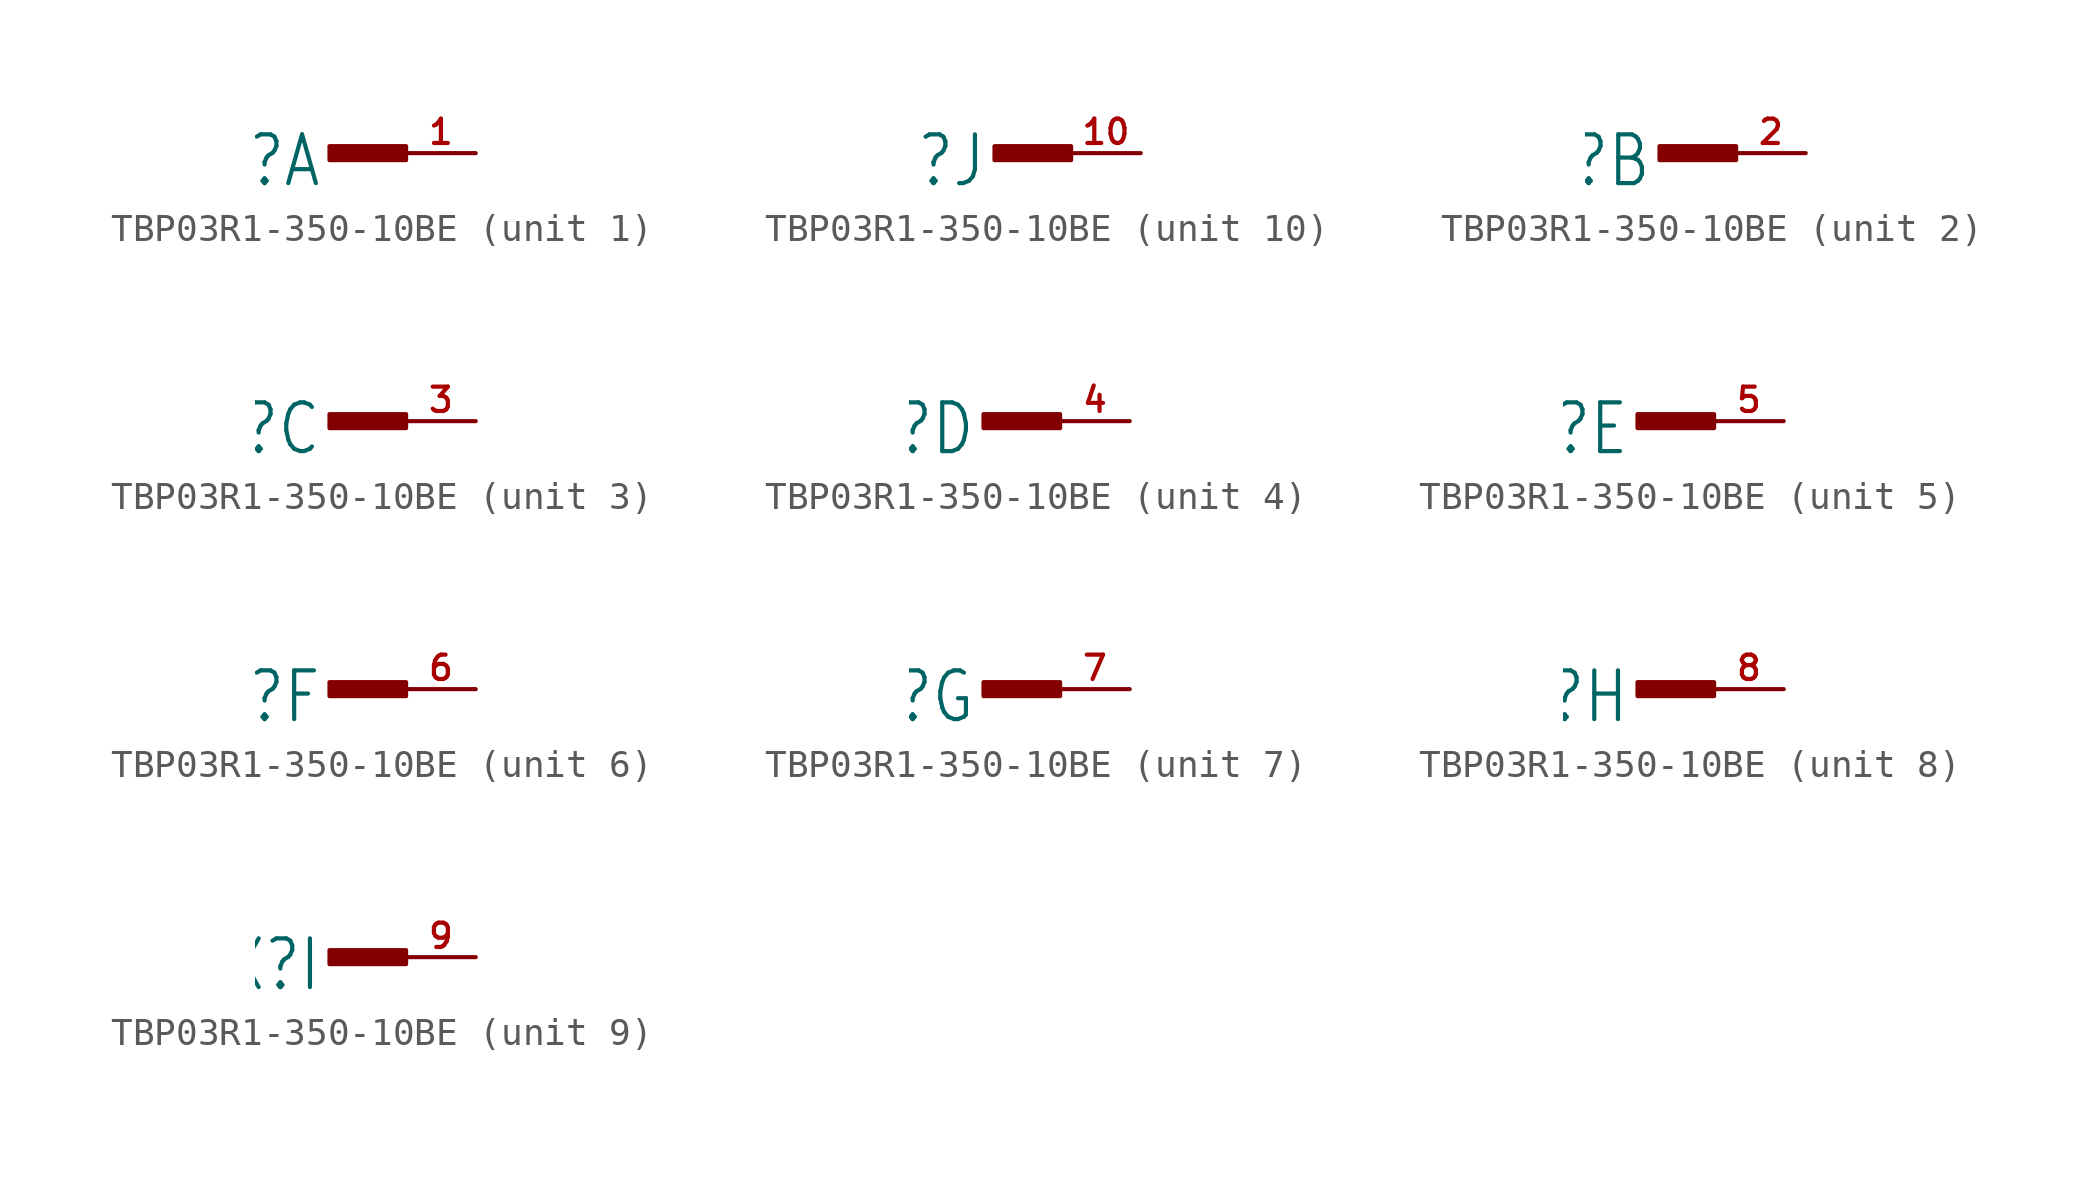
<source format=kicad_sym>
(kicad_symbol_lib
  (version 20220914)
  (generator kicad_symbol_editor)
  (symbol "TBP03R1-350-10BE"
    (property "Reference" "X"
      (at -5.588 0.762 0)
      (effects (font (size 1.778 1.511)) (justify right top)))
    (property "ki_locked" ""
      (at 0 0 0)
      (effects (font (size 1.27 1.27))))
    (symbol "TBP03R1-350-10BE_1_0"
      (rectangle (start -5.334 0.254) (end -2.54 -0.254) (stroke (width 0) (type default)) (fill (type outline)))
      (pin passive line (at 0 0 180) (length 2.54) (name "1" (effects (font (size 0 0)))) (number "1" (effects (font (size 0.889 0.889))))))
    (symbol "TBP03R1-350-10BE_2_0"
      (rectangle (start -5.334 0.254) (end -2.54 -0.254) (stroke (width 0) (type default)) (fill (type outline)))
      (pin passive line (at 0 0 180) (length 2.54) (name "1" (effects (font (size 0 0)))) (number "2" (effects (font (size 0.889 0.889))))))
    (symbol "TBP03R1-350-10BE_3_0"
      (rectangle (start -5.334 0.254) (end -2.54 -0.254) (stroke (width 0) (type default)) (fill (type outline)))
      (pin passive line (at 0 0 180) (length 2.54) (name "1" (effects (font (size 0 0)))) (number "3" (effects (font (size 0.889 0.889))))))
    (symbol "TBP03R1-350-10BE_4_0"
      (rectangle (start -5.334 0.254) (end -2.54 -0.254) (stroke (width 0) (type default)) (fill (type outline)))
      (pin passive line (at 0 0 180) (length 2.54) (name "1" (effects (font (size 0 0)))) (number "4" (effects (font (size 0.889 0.889))))))
    (symbol "TBP03R1-350-10BE_5_0"
      (rectangle (start -5.334 0.254) (end -2.54 -0.254) (stroke (width 0) (type default)) (fill (type outline)))
      (pin passive line (at 0 0 180) (length 2.54) (name "1" (effects (font (size 0 0)))) (number "5" (effects (font (size 0.889 0.889))))))
    (symbol "TBP03R1-350-10BE_6_0"
      (rectangle (start -5.334 0.254) (end -2.54 -0.254) (stroke (width 0) (type default)) (fill (type outline)))
      (pin passive line (at 0 0 180) (length 2.54) (name "1" (effects (font (size 0 0)))) (number "6" (effects (font (size 0.889 0.889))))))
    (symbol "TBP03R1-350-10BE_7_0"
      (rectangle (start -5.334 0.254) (end -2.54 -0.254) (stroke (width 0) (type default)) (fill (type outline)))
      (pin passive line (at 0 0 180) (length 2.54) (name "1" (effects (font (size 0 0)))) (number "7" (effects (font (size 0.889 0.889))))))
    (symbol "TBP03R1-350-10BE_8_0"
      (rectangle (start -5.334 0.254) (end -2.54 -0.254) (stroke (width 0) (type default)) (fill (type outline)))
      (pin passive line (at 0 0 180) (length 2.54) (name "1" (effects (font (size 0 0)))) (number "8" (effects (font (size 0.889 0.889))))))
    (symbol "TBP03R1-350-10BE_9_0"
      (rectangle (start -5.334 0.254) (end -2.54 -0.254) (stroke (width 0) (type default)) (fill (type outline)))
      (pin passive line (at 0 0 180) (length 2.54) (name "1" (effects (font (size 0 0)))) (number "9" (effects (font (size 0.889 0.889))))))
    (symbol "TBP03R1-350-10BE_10_0"
      (rectangle (start -5.334 0.254) (end -2.54 -0.254) (stroke (width 0) (type default)) (fill (type outline)))
      (pin passive line (at 0 0 180) (length 2.54) (name "1" (effects (font (size 0 0)))) (number "10" (effects (font (size 0.889 0.889))))))))
</source>
